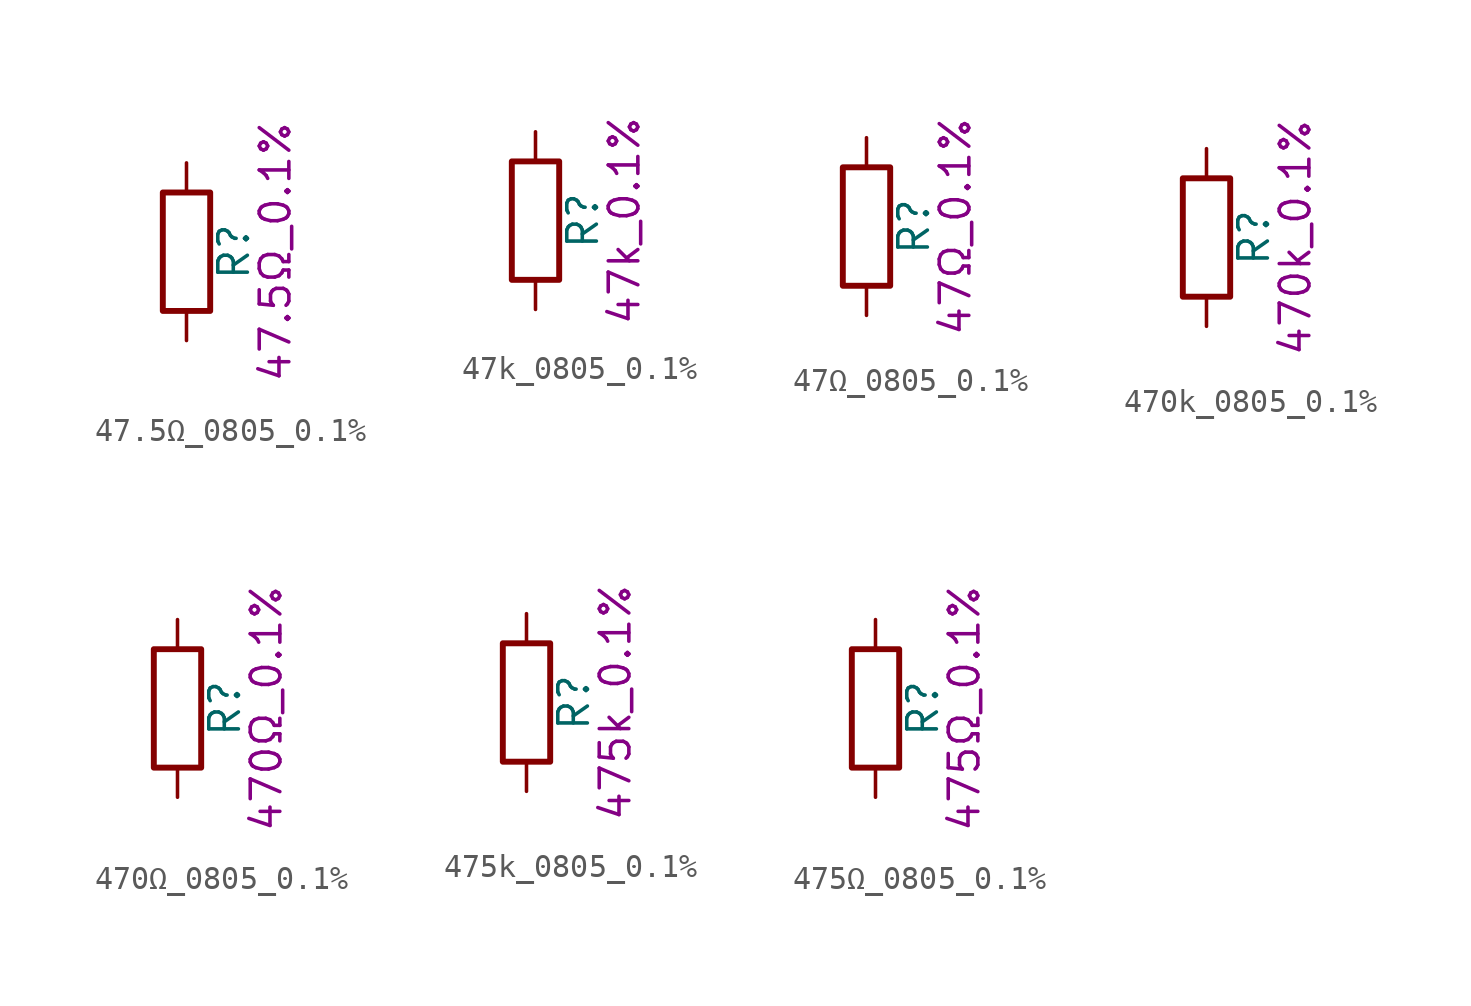
<source format=kicad_sym>
(kicad_symbol_lib
  (version 20211014)
  (generator kicad_symbol_editor)
  (symbol "47.5Ω_0805_0.1%"
    (pin_numbers hide)
    (pin_names
      (offset 0))
    (property "Reference" "R"
      (at 2.032 0 90)
      (effects (font (size 1.27 1.27))))
    (property "Display" "47.5Ω_0.1%"
      (at 3.81 0 90)
      (effects (font (size 1.27 1.27))))
    (symbol "47.5Ω_0805_0.1%_0_1"
      (rectangle (start -1.016 -2.54) (end 1.016 2.54) (stroke (width 0.254) (type default) (color 0 0 0 0)) (fill (type none))))
    (symbol "47.5Ω_0805_0.1%_1_1"
      (pin passive line (at 0 3.81 270) (length 1.27) (name "~" (effects (font (size 1.27 1.27)))) (number "1" (effects (font (size 1.27 1.27)))))
      (pin passive line (at 0 -3.81 90) (length 1.27) (name "~" (effects (font (size 1.27 1.27)))) (number "2" (effects (font (size 1.27 1.27)))))))
  (symbol "47k_0805_0.1%"
    (pin_numbers hide)
    (pin_names
      (offset 0))
    (property "Reference" "R"
      (at 2.032 0 90)
      (effects (font (size 1.27 1.27))))
    (property "Display" "47k_0.1%"
      (at 3.81 0 90)
      (effects (font (size 1.27 1.27))))
    (symbol "47k_0805_0.1%_0_1"
      (rectangle (start -1.016 -2.54) (end 1.016 2.54) (stroke (width 0.254) (type default) (color 0 0 0 0)) (fill (type none))))
    (symbol "47k_0805_0.1%_1_1"
      (pin passive line (at 0 3.81 270) (length 1.27) (name "~" (effects (font (size 1.27 1.27)))) (number "1" (effects (font (size 1.27 1.27)))))
      (pin passive line (at 0 -3.81 90) (length 1.27) (name "~" (effects (font (size 1.27 1.27)))) (number "2" (effects (font (size 1.27 1.27)))))))
  (symbol "47Ω_0805_0.1%"
    (pin_numbers hide)
    (pin_names
      (offset 0))
    (property "Reference" "R"
      (at 2.032 0 90)
      (effects (font (size 1.27 1.27))))
    (property "Display" "47Ω_0.1%"
      (at 3.81 0 90)
      (effects (font (size 1.27 1.27))))
    (symbol "47Ω_0805_0.1%_0_1"
      (rectangle (start -1.016 -2.54) (end 1.016 2.54) (stroke (width 0.254) (type default) (color 0 0 0 0)) (fill (type none))))
    (symbol "47Ω_0805_0.1%_1_1"
      (pin passive line (at 0 3.81 270) (length 1.27) (name "~" (effects (font (size 1.27 1.27)))) (number "1" (effects (font (size 1.27 1.27)))))
      (pin passive line (at 0 -3.81 90) (length 1.27) (name "~" (effects (font (size 1.27 1.27)))) (number "2" (effects (font (size 1.27 1.27)))))))
  (symbol "470k_0805_0.1%"
    (pin_numbers hide)
    (pin_names
      (offset 0))
    (property "Reference" "R"
      (at 2.032 0 90)
      (effects (font (size 1.27 1.27))))
    (property "Display" "470k_0.1%"
      (at 3.81 0 90)
      (effects (font (size 1.27 1.27))))
    (symbol "470k_0805_0.1%_0_1"
      (rectangle (start -1.016 -2.54) (end 1.016 2.54) (stroke (width 0.254) (type default) (color 0 0 0 0)) (fill (type none))))
    (symbol "470k_0805_0.1%_1_1"
      (pin passive line (at 0 3.81 270) (length 1.27) (name "~" (effects (font (size 1.27 1.27)))) (number "1" (effects (font (size 1.27 1.27)))))
      (pin passive line (at 0 -3.81 90) (length 1.27) (name "~" (effects (font (size 1.27 1.27)))) (number "2" (effects (font (size 1.27 1.27)))))))
  (symbol "470Ω_0805_0.1%"
    (pin_numbers hide)
    (pin_names
      (offset 0))
    (property "Reference" "R"
      (at 2.032 0 90)
      (effects (font (size 1.27 1.27))))
    (property "Display" "470Ω_0.1%"
      (at 3.81 0 90)
      (effects (font (size 1.27 1.27))))
    (symbol "470Ω_0805_0.1%_0_1"
      (rectangle (start -1.016 -2.54) (end 1.016 2.54) (stroke (width 0.254) (type default) (color 0 0 0 0)) (fill (type none))))
    (symbol "470Ω_0805_0.1%_1_1"
      (pin passive line (at 0 3.81 270) (length 1.27) (name "~" (effects (font (size 1.27 1.27)))) (number "1" (effects (font (size 1.27 1.27)))))
      (pin passive line (at 0 -3.81 90) (length 1.27) (name "~" (effects (font (size 1.27 1.27)))) (number "2" (effects (font (size 1.27 1.27)))))))
  (symbol "475k_0805_0.1%"
    (pin_numbers hide)
    (pin_names
      (offset 0))
    (property "Reference" "R"
      (at 2.032 0 90)
      (effects (font (size 1.27 1.27))))
    (property "Display" "475k_0.1%"
      (at 3.81 0 90)
      (effects (font (size 1.27 1.27))))
    (symbol "475k_0805_0.1%_0_1"
      (rectangle (start -1.016 -2.54) (end 1.016 2.54) (stroke (width 0.254) (type default) (color 0 0 0 0)) (fill (type none))))
    (symbol "475k_0805_0.1%_1_1"
      (pin passive line (at 0 3.81 270) (length 1.27) (name "~" (effects (font (size 1.27 1.27)))) (number "1" (effects (font (size 1.27 1.27)))))
      (pin passive line (at 0 -3.81 90) (length 1.27) (name "~" (effects (font (size 1.27 1.27)))) (number "2" (effects (font (size 1.27 1.27)))))))
  (symbol "475Ω_0805_0.1%"
    (pin_numbers hide)
    (pin_names
      (offset 0))
    (property "Reference" "R"
      (at 2.032 0 90)
      (effects (font (size 1.27 1.27))))
    (property "Display" "475Ω_0.1%"
      (at 3.81 0 90)
      (effects (font (size 1.27 1.27))))
    (symbol "475Ω_0805_0.1%_0_1"
      (rectangle (start -1.016 -2.54) (end 1.016 2.54) (stroke (width 0.254) (type default) (color 0 0 0 0)) (fill (type none))))
    (symbol "475Ω_0805_0.1%_1_1"
      (pin passive line (at 0 3.81 270) (length 1.27) (name "~" (effects (font (size 1.27 1.27)))) (number "1" (effects (font (size 1.27 1.27)))))
      (pin passive line (at 0 -3.81 90) (length 1.27) (name "~" (effects (font (size 1.27 1.27)))) (number "2" (effects (font (size 1.27 1.27))))))))
</source>
